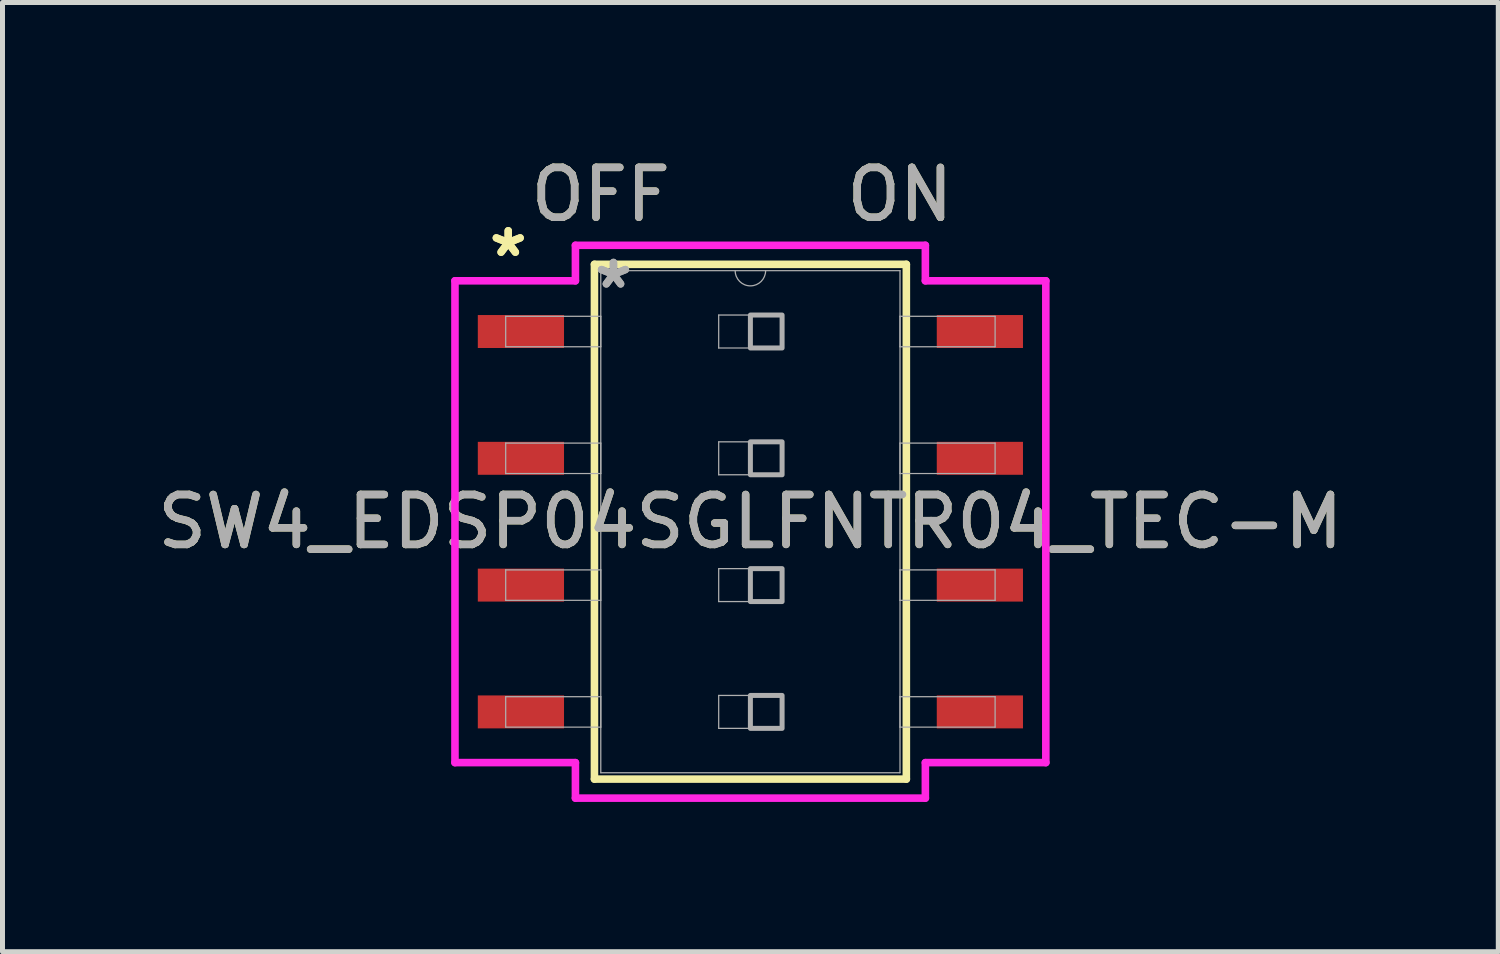
<source format=kicad_pcb>
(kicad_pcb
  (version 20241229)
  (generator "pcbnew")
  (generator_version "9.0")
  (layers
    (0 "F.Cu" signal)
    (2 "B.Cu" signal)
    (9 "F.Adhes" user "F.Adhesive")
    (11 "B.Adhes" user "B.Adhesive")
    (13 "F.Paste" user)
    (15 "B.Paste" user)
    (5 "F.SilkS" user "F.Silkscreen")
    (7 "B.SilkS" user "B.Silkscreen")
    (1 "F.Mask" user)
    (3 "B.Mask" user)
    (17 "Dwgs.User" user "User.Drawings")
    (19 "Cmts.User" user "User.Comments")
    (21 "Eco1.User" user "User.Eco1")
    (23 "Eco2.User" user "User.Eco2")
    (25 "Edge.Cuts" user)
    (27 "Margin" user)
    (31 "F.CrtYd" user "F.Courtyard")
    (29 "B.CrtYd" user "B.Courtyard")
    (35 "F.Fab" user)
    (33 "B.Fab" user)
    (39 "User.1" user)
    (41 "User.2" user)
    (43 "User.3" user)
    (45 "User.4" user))
  (footprint "SW4_EDSP04SGLFNTR04_TEC-M"
    (layer "F.Cu")
    (at 11.982 7.401)
    (property "Reference" "SW4_EDSP04SGLFNTR04_TEC-M" (at 0 0 0) (unlocked yes) (layer "F.SilkS") (effects (font (size 1 1) (thickness 0.15))))
    (attr smd)
    (fp_line (start -3.124 -5.156) (end -3.124 5.156) (stroke (width 0.152) (type solid)) (layer "F.SilkS"))
    (fp_line (start -3.124 5.156) (end 3.124 5.156) (stroke (width 0.152) (type solid)) (layer "F.SilkS"))
    (fp_line (start 3.124 -5.156) (end -3.124 -5.156) (stroke (width 0.152) (type solid)) (layer "F.SilkS"))
    (fp_line (start 3.124 5.156) (end 3.124 -5.156) (stroke (width 0.152) (type solid)) (layer "F.SilkS"))
    (fp_line (start -5.918 -4.826) (end -3.505 -4.826) (stroke (width 0.152) (type solid)) (layer "F.CrtYd"))
    (fp_line (start -5.918 4.826) (end -5.918 -4.826) (stroke (width 0.152) (type solid)) (layer "F.CrtYd"))
    (fp_line (start -3.505 -5.537) (end 3.505 -5.537) (stroke (width 0.152) (type solid)) (layer "F.CrtYd"))
    (fp_line (start -3.505 -4.826) (end -3.505 -5.537) (stroke (width 0.152) (type solid)) (layer "F.CrtYd"))
    (fp_line (start -3.505 4.826) (end -5.918 4.826) (stroke (width 0.152) (type solid)) (layer "F.CrtYd"))
    (fp_line (start -3.505 5.537) (end -3.505 4.826) (stroke (width 0.152) (type solid)) (layer "F.CrtYd"))
    (fp_line (start 3.505 -5.537) (end 3.505 -4.826) (stroke (width 0.152) (type solid)) (layer "F.CrtYd"))
    (fp_line (start 3.505 -4.826) (end 5.918 -4.826) (stroke (width 0.152) (type solid)) (layer "F.CrtYd"))
    (fp_line (start 3.505 4.826) (end 3.505 5.537) (stroke (width 0.152) (type solid)) (layer "F.CrtYd"))
    (fp_line (start 3.505 5.537) (end -3.505 5.537) (stroke (width 0.152) (type solid)) (layer "F.CrtYd"))
    (fp_line (start 5.918 -4.826) (end 5.918 4.826) (stroke (width 0.152) (type solid)) (layer "F.CrtYd"))
    (fp_line (start 5.918 4.826) (end 3.505 4.826) (stroke (width 0.152) (type solid)) (layer "F.CrtYd"))
    (fp_line (start -4.902 -4.115) (end -4.902 -3.505) (stroke (width 0.025) (type solid)) (layer "F.Fab"))
    (fp_line (start -4.902 -3.505) (end -2.997 -3.505) (stroke (width 0.025) (type solid)) (layer "F.Fab"))
    (fp_line (start -4.902 -1.575) (end -4.902 -0.965) (stroke (width 0.025) (type solid)) (layer "F.Fab"))
    (fp_line (start -4.902 -0.965) (end -2.997 -0.965) (stroke (width 0.025) (type solid)) (layer "F.Fab"))
    (fp_line (start -4.902 0.965) (end -4.902 1.575) (stroke (width 0.025) (type solid)) (layer "F.Fab"))
    (fp_line (start -4.902 1.575) (end -2.997 1.575) (stroke (width 0.025) (type solid)) (layer "F.Fab"))
    (fp_line (start -4.902 3.505) (end -4.902 4.115) (stroke (width 0.025) (type solid)) (layer "F.Fab"))
    (fp_line (start -4.902 4.115) (end -2.997 4.115) (stroke (width 0.025) (type solid)) (layer "F.Fab"))
    (fp_line (start -2.997 -5.029) (end -2.997 5.029) (stroke (width 0.025) (type solid)) (layer "F.Fab"))
    (fp_line (start -2.997 -4.115) (end -4.902 -4.115) (stroke (width 0.025) (type solid)) (layer "F.Fab"))
    (fp_line (start -2.997 -3.505) (end -2.997 -4.115) (stroke (width 0.025) (type solid)) (layer "F.Fab"))
    (fp_line (start -2.997 -1.575) (end -4.902 -1.575) (stroke (width 0.025) (type solid)) (layer "F.Fab"))
    (fp_line (start -2.997 -0.965) (end -2.997 -1.575) (stroke (width 0.025) (type solid)) (layer "F.Fab"))
    (fp_line (start -2.997 0.965) (end -4.902 0.965) (stroke (width 0.025) (type solid)) (layer "F.Fab"))
    (fp_line (start -2.997 1.575) (end -2.997 0.965) (stroke (width 0.025) (type solid)) (layer "F.Fab"))
    (fp_line (start -2.997 3.505) (end -4.902 3.505) (stroke (width 0.025) (type solid)) (layer "F.Fab"))
    (fp_line (start -2.997 4.115) (end -2.997 3.505) (stroke (width 0.025) (type solid)) (layer "F.Fab"))
    (fp_line (start -2.997 5.029) (end 2.997 5.029) (stroke (width 0.025) (type solid)) (layer "F.Fab"))
    (fp_line (start -0.635 -4.14) (end 0.635 -4.14) (stroke (width 0.025) (type solid)) (layer "F.Fab"))
    (fp_line (start -0.635 -3.48) (end -0.635 -4.14) (stroke (width 0.025) (type solid)) (layer "F.Fab"))
    (fp_line (start -0.635 -1.6) (end 0.635 -1.6) (stroke (width 0.025) (type solid)) (layer "F.Fab"))
    (fp_line (start -0.635 -0.94) (end -0.635 -1.6) (stroke (width 0.025) (type solid)) (layer "F.Fab"))
    (fp_line (start -0.635 0.94) (end 0.635 0.94) (stroke (width 0.025) (type solid)) (layer "F.Fab"))
    (fp_line (start -0.635 1.6) (end -0.635 0.94) (stroke (width 0.025) (type solid)) (layer "F.Fab"))
    (fp_line (start -0.635 3.48) (end 0.635 3.48) (stroke (width 0.025) (type solid)) (layer "F.Fab"))
    (fp_line (start -0.635 4.14) (end -0.635 3.48) (stroke (width 0.025) (type solid)) (layer "F.Fab"))
    (fp_line (start 0.635 -4.14) (end 0.635 -3.48) (stroke (width 0.025) (type solid)) (layer "F.Fab"))
    (fp_line (start 0.635 -3.48) (end -0.635 -3.48) (stroke (width 0.025) (type solid)) (layer "F.Fab"))
    (fp_line (start 0.635 -1.6) (end 0.635 -0.94) (stroke (width 0.025) (type solid)) (layer "F.Fab"))
    (fp_line (start 0.635 -0.94) (end -0.635 -0.94) (stroke (width 0.025) (type solid)) (layer "F.Fab"))
    (fp_line (start 0.635 0.94) (end 0.635 1.6) (stroke (width 0.025) (type solid)) (layer "F.Fab"))
    (fp_line (start 0.635 1.6) (end -0.635 1.6) (stroke (width 0.025) (type solid)) (layer "F.Fab"))
    (fp_line (start 0.635 3.48) (end 0.635 4.14) (stroke (width 0.025) (type solid)) (layer "F.Fab"))
    (fp_line (start 0.635 4.14) (end -0.635 4.14) (stroke (width 0.025) (type solid)) (layer "F.Fab"))
    (fp_line (start 2.997 -5.029) (end -2.997 -5.029) (stroke (width 0.025) (type solid)) (layer "F.Fab"))
    (fp_line (start 2.997 -4.115) (end 2.997 -3.505) (stroke (width 0.025) (type solid)) (layer "F.Fab"))
    (fp_line (start 2.997 -3.505) (end 4.902 -3.505) (stroke (width 0.025) (type solid)) (layer "F.Fab"))
    (fp_line (start 2.997 -1.575) (end 2.997 -0.965) (stroke (width 0.025) (type solid)) (layer "F.Fab"))
    (fp_line (start 2.997 -0.965) (end 4.902 -0.965) (stroke (width 0.025) (type solid)) (layer "F.Fab"))
    (fp_line (start 2.997 0.965) (end 2.997 1.575) (stroke (width 0.025) (type solid)) (layer "F.Fab"))
    (fp_line (start 2.997 1.575) (end 4.902 1.575) (stroke (width 0.025) (type solid)) (layer "F.Fab"))
    (fp_line (start 2.997 3.505) (end 2.997 4.115) (stroke (width 0.025) (type solid)) (layer "F.Fab"))
    (fp_line (start 2.997 4.115) (end 4.902 4.115) (stroke (width 0.025) (type solid)) (layer "F.Fab"))
    (fp_line (start 2.997 5.029) (end 2.997 -5.029) (stroke (width 0.025) (type solid)) (layer "F.Fab"))
    (fp_line (start 4.902 -4.115) (end 2.997 -4.115) (stroke (width 0.025) (type solid)) (layer "F.Fab"))
    (fp_line (start 4.902 -3.505) (end 4.902 -4.115) (stroke (width 0.025) (type solid)) (layer "F.Fab"))
    (fp_line (start 4.902 -1.575) (end 2.997 -1.575) (stroke (width 0.025) (type solid)) (layer "F.Fab"))
    (fp_line (start 4.902 -0.965) (end 4.902 -1.575) (stroke (width 0.025) (type solid)) (layer "F.Fab"))
    (fp_line (start 4.902 0.965) (end 2.997 0.965) (stroke (width 0.025) (type solid)) (layer "F.Fab"))
    (fp_line (start 4.902 1.575) (end 4.902 0.965) (stroke (width 0.025) (type solid)) (layer "F.Fab"))
    (fp_line (start 4.902 3.505) (end 2.997 3.505) (stroke (width 0.025) (type solid)) (layer "F.Fab"))
    (fp_line (start 4.902 4.115) (end 4.902 3.505) (stroke (width 0.025) (type solid)) (layer "F.Fab"))
    (fp_arc (start 0.3048 -5.0292) (mid 0 -4.7244) (end -0.3048 -5.0292) (stroke (width 0.0254) (type solid)) (layer "F.Fab"))
    (fp_poly (pts (xy 0 -4.14) (xy 0.635 -4.14) (xy 0.635 -3.48) (xy 0 -3.48)) (stroke (width 0.1) (type solid)) (fill no) (layer "F.Fab"))
    (fp_poly (pts (xy 0 -1.6) (xy 0.635 -1.6) (xy 0.635 -0.94) (xy 0 -0.94)) (stroke (width 0.1) (type solid)) (fill no) (layer "F.Fab"))
    (fp_poly (pts (xy 0 0.94) (xy 0.635 0.94) (xy 0.635 1.6) (xy 0 1.6)) (stroke (width 0.1) (type solid)) (fill no) (layer "F.Fab"))
    (fp_poly (pts (xy 0 3.48) (xy 0.635 3.48) (xy 0.635 4.14) (xy 0 4.14)) (stroke (width 0.1) (type solid)) (fill no) (layer "F.Fab"))
    (fp_text user "*" (at -4.851 -5.283 0) (unlocked yes) (layer "F.SilkS") (effects (font (size 1 1) (thickness 0.15))))
    (fp_text user "OFF" (at -2.997 -6.553 0) (unlocked yes) (layer "F.SilkS") (effects (font (size 1 1) (thickness 0.15))))
    (fp_text user "*" (at -4.851 -5.283 0) (layer "F.SilkS") (effects (font (size 1 1) (thickness 0.15))))
    (fp_text user "ON" (at 2.997 -6.553 0) (unlocked yes) (layer "F.SilkS") (effects (font (size 1 1) (thickness 0.15))))
    (fp_text user "${REFERENCE}" (at 0 0 0) (unlocked yes) (layer "F.Fab") (effects (font (size 1 1) (thickness 0.15))))
    (fp_text user "ON" (at 2.997 -6.553 0) (unlocked yes) (layer "F.Fab") (effects (font (size 1 1) (thickness 0.15))))
    (fp_text user "*" (at -2.743 -4.648 0) (unlocked yes) (layer "F.Fab") (effects (font (size 1 1) (thickness 0.15))))
    (fp_text user "OFF" (at -2.997 -6.553 0) (unlocked yes) (layer "F.Fab") (effects (font (size 1 1) (thickness 0.15))))
    (fp_text user "*" (at -2.743 -4.648 0) (layer "F.Fab") (effects (font (size 1 1) (thickness 0.15))))
    (pad "1" smd rect (at -4.597 -3.81) (size 1.727 0.66) (layers "F.Cu" "F.Mask" "F.Paste"))
    (pad "2" smd rect (at -4.597 -1.27) (size 1.727 0.66) (layers "F.Cu" "F.Mask" "F.Paste"))
    (pad "3" smd rect (at -4.597 1.27) (size 1.727 0.66) (layers "F.Cu" "F.Mask" "F.Paste"))
    (pad "4" smd rect (at -4.597 3.81) (size 1.727 0.66) (layers "F.Cu" "F.Mask" "F.Paste"))
    (pad "5" smd rect (at 4.597 3.81) (size 1.727 0.66) (layers "F.Cu" "F.Mask" "F.Paste"))
    (pad "6" smd rect (at 4.597 1.27) (size 1.727 0.66) (layers "F.Cu" "F.Mask" "F.Paste"))
    (pad "7" smd rect (at 4.597 -1.27) (size 1.727 0.66) (layers "F.Cu" "F.Mask" "F.Paste"))
    (pad "8" smd rect (at 4.597 -3.81) (size 1.727 0.66) (layers "F.Cu" "F.Mask" "F.Paste")))
  (gr_rect
    (start -3 -3)
    (end 26.964 16.015)
    (stroke (width 0.1) (type default))
    (fill no)
    (layer "Edge.Cuts")))
</source>
